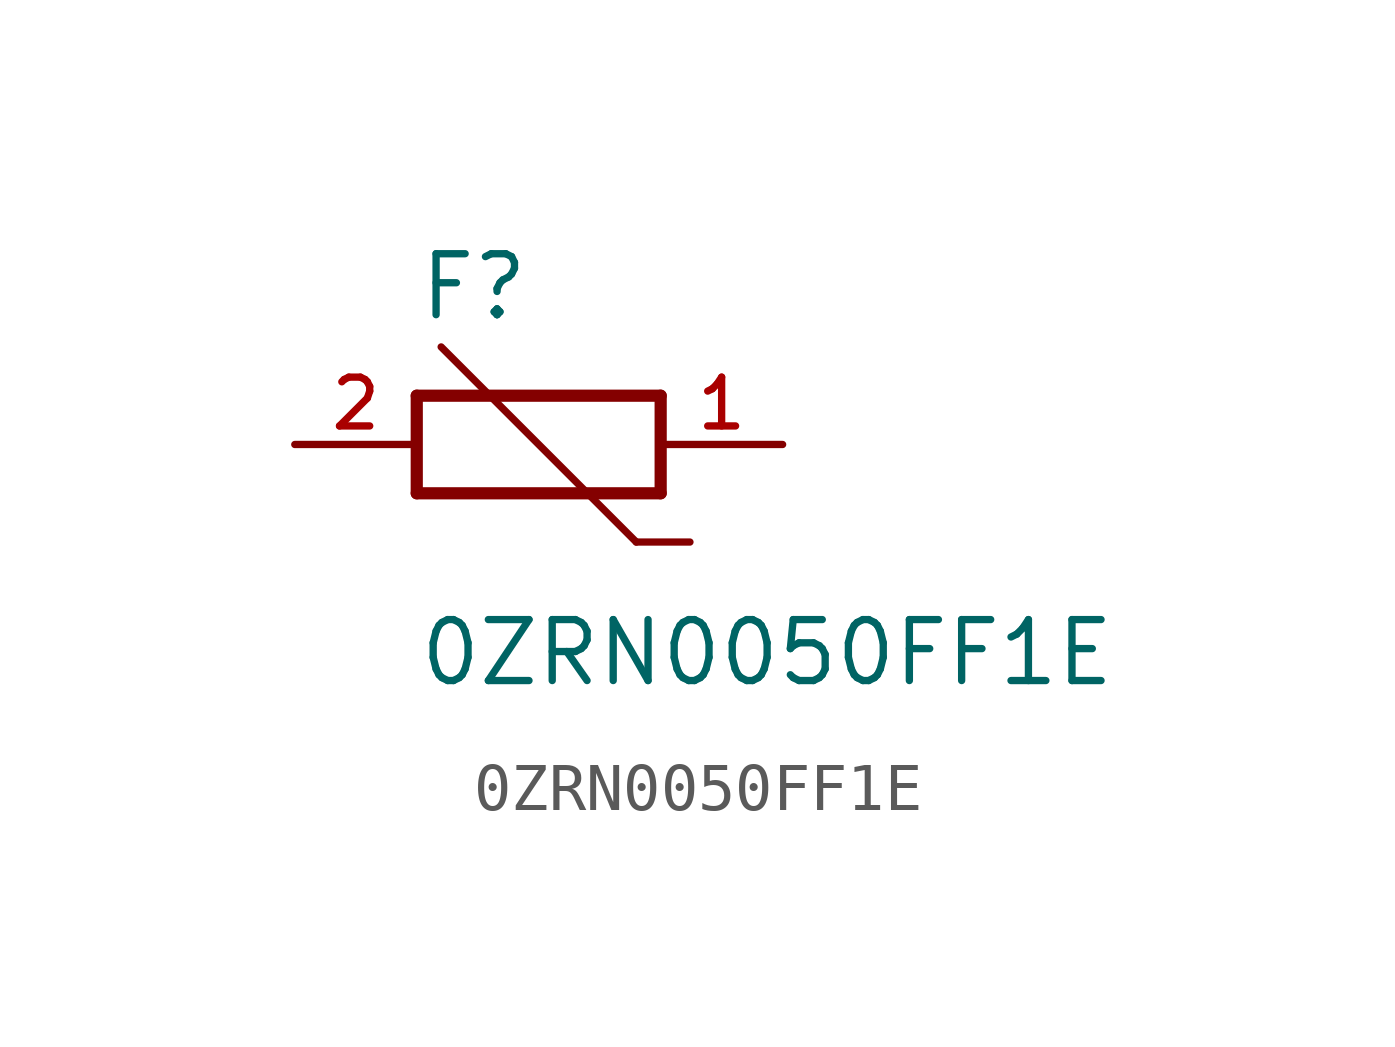
<source format=kicad_sym>
(kicad_symbol_lib
  (version 20211014)
  (generator kicad_symbol_editor)
  (symbol "0ZRN0050FF1E"
    (pin_names
      (offset 1.016))
    (property "Reference" "F"
      (at -2.54 2.54 0)
      (effects (font (size 1.27 1.27)) (justify bottom left)))
    (property "Value" "0ZRN0050FF1E"
      (at -2.54 -5.08 0)
      (effects (font (size 1.27 1.27)) (justify bottom left)))
    (symbol "0ZRN0050FF1E_0_0"
      (polyline (pts (xy 2.54 1.016) (xy 2.54 -1.016)) (stroke (width 0.254)))
      (polyline (pts (xy 2.54 -1.016) (xy -2.54 -1.016)) (stroke (width 0.254)))
      (polyline (pts (xy -2.54 -1.016) (xy -2.54 1.016)) (stroke (width 0.254)))
      (polyline (pts (xy -2.54 1.016) (xy 2.54 1.016)) (stroke (width 0.254)))
      (polyline (pts (xy 3.15 -2.032) (xy 2.032 -2.032)) (stroke (width 0.152)))
      (polyline (pts (xy 2.032 -2.032) (xy -2.032 2.032)) (stroke (width 0.152)))
      (pin passive line (at 5.08 0.0 180.0) (length 2.54) (name "~" (effects (font (size 1.016 1.016)))) (number "1" (effects (font (size 1.016 1.016)))))
      (pin passive line (at -5.08 0.0 0) (length 2.54) (name "~" (effects (font (size 1.016 1.016)))) (number "2" (effects (font (size 1.016 1.016))))))))
</source>
